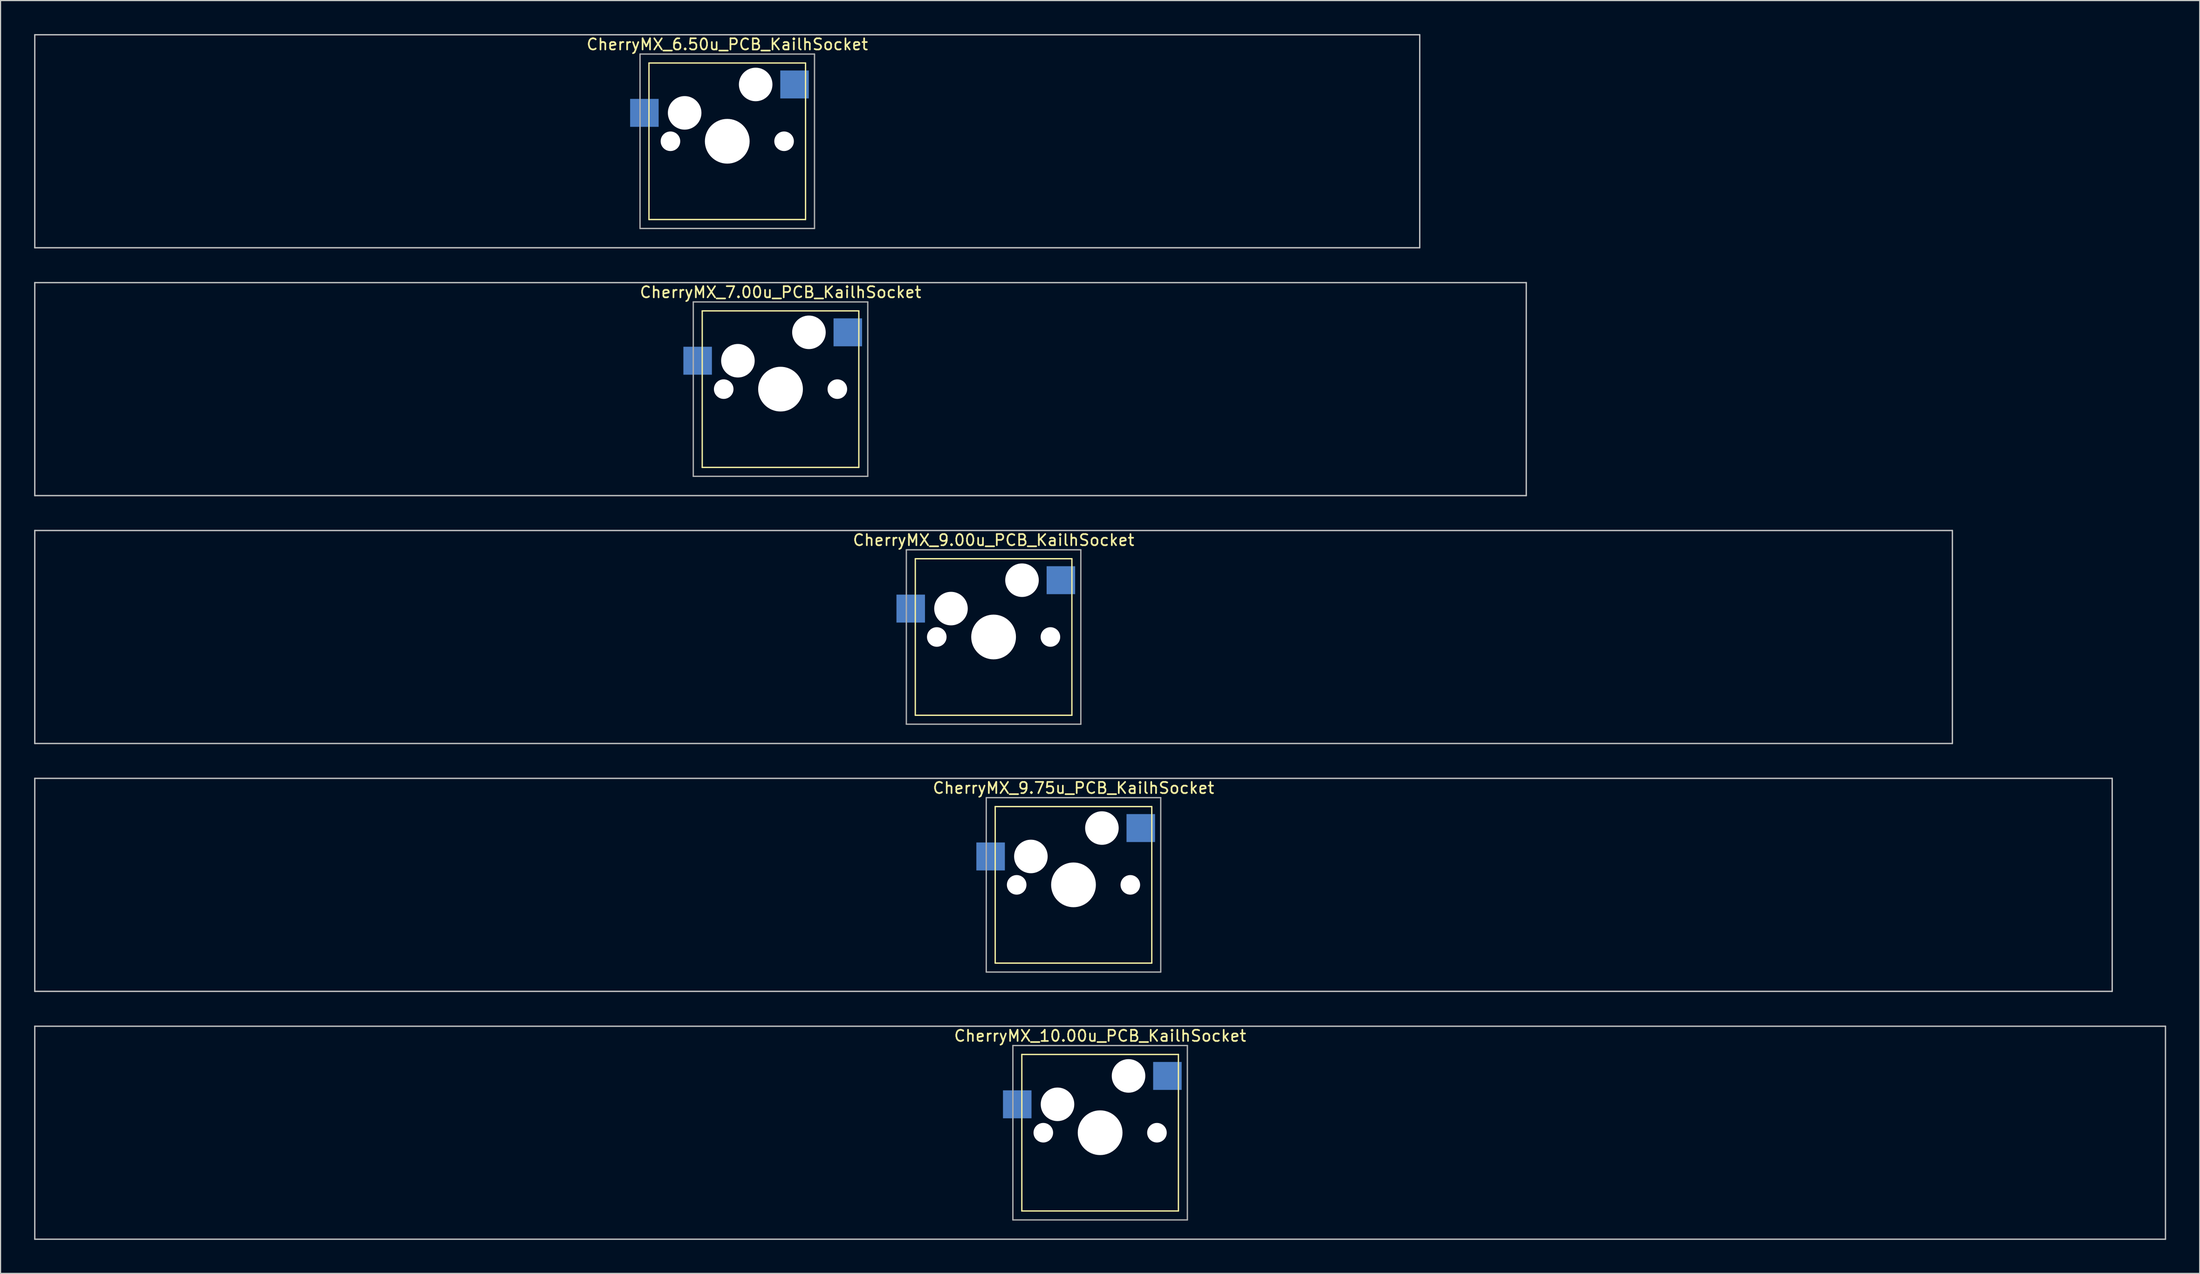
<source format=kicad_pcb>
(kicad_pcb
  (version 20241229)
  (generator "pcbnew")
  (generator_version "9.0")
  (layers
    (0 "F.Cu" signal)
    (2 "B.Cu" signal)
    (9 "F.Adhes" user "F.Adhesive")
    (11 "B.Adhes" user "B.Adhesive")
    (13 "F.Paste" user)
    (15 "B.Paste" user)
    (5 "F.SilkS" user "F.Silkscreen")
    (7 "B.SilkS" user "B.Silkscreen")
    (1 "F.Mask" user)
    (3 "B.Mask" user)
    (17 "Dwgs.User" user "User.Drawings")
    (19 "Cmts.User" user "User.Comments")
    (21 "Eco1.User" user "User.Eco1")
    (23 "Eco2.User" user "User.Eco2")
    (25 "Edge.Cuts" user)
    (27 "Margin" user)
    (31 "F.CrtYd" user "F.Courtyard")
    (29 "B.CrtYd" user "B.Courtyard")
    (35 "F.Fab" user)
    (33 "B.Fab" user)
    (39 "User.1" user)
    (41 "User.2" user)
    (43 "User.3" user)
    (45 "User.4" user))
  (footprint "CherryMX_7.00u_PCB_KailhSocket"
    (layer "F.Cu")
    (at 69.275 26.675)
    (property "Reference" "CherryMX_7.00u_PCB_KailhSocket" (at -2.54 -3.583 0) (layer "F.SilkS") (effects (font (size 1 1) (thickness 0.15))))
    (attr through_hole)
    (fp_line (start -9.54 -1.92) (end -9.54 12.08) (stroke (width 0.12) (type solid)) (layer "F.SilkS"))
    (fp_line (start -9.54 -1.92) (end 4.46 -1.92) (stroke (width 0.12) (type solid)) (layer "F.SilkS"))
    (fp_line (start 4.46 -1.92) (end 4.46 12.08) (stroke (width 0.12) (type solid)) (layer "F.SilkS"))
    (fp_line (start 4.46 12.08) (end -9.54 12.08) (stroke (width 0.12) (type solid)) (layer "F.SilkS"))
    (fp_line (start -69.215 -4.445) (end 64.135 -4.445) (stroke (width 0.12) (type solid)) (layer "Dwgs.User"))
    (fp_line (start -69.215 14.605) (end -69.215 -4.445) (stroke (width 0.12) (type solid)) (layer "Dwgs.User"))
    (fp_line (start 64.135 -4.445) (end 64.135 14.605) (stroke (width 0.12) (type solid)) (layer "Dwgs.User"))
    (fp_line (start 64.135 14.605) (end -69.215 14.605) (stroke (width 0.12) (type solid)) (layer "Dwgs.User"))
    (fp_line (start -10.34 -2.72) (end -10.34 12.88) (stroke (width 0.12) (type solid)) (layer "F.Fab"))
    (fp_line (start -10.34 -2.72) (end 5.26 -2.72) (stroke (width 0.12) (type solid)) (layer "F.Fab"))
    (fp_line (start -10.34 12.88) (end 5.26 12.88) (stroke (width 0.12) (type solid)) (layer "F.Fab"))
    (fp_line (start 5.26 -2.72) (end 5.26 12.88) (stroke (width 0.12) (type solid)) (layer "F.Fab"))
    (pad "" np_thru_hole circle (at -7.62 5.08) (size 1.75 1.75) (drill 1.75) (layers "*.Cu" "*.Mask"))
    (pad "" np_thru_hole circle (at -6.35 2.54) (size 3 3) (drill 3) (layers "*.Cu" "*.Mask"))
    (pad "" np_thru_hole circle (at -2.54 5.08) (size 4 4) (drill 4) (layers "*.Cu" "*.Mask"))
    (pad "" np_thru_hole circle (at 0 0) (size 3 3) (drill 3) (layers "*.Cu" "*.Mask"))
    (pad "" np_thru_hole circle (at 2.54 5.08) (size 1.75 1.75) (drill 1.75) (layers "*.Cu" "*.Mask"))
    (pad "1" smd rect (at -9.95 2.54) (size 2.55 2.5) (layers "B.Cu" "B.Mask" "B.Paste"))
    (pad "2" smd rect (at 3.475 0) (size 2.55 2.5) (layers "B.Cu" "B.Mask" "B.Paste")))
  (footprint "CherryMX_6.50u_PCB_KailhSocket"
    (layer "F.Cu")
    (at 64.513 4.505)
    (property "Reference" "CherryMX_6.50u_PCB_KailhSocket" (at -2.54 -3.583 0) (layer "F.SilkS") (effects (font (size 1 1) (thickness 0.15))))
    (attr through_hole)
    (fp_line (start -9.54 -1.92) (end -9.54 12.08) (stroke (width 0.12) (type solid)) (layer "F.SilkS"))
    (fp_line (start -9.54 -1.92) (end 4.46 -1.92) (stroke (width 0.12) (type solid)) (layer "F.SilkS"))
    (fp_line (start 4.46 -1.92) (end 4.46 12.08) (stroke (width 0.12) (type solid)) (layer "F.SilkS"))
    (fp_line (start 4.46 12.08) (end -9.54 12.08) (stroke (width 0.12) (type solid)) (layer "F.SilkS"))
    (fp_line (start -64.453 -4.445) (end 59.373 -4.445) (stroke (width 0.12) (type solid)) (layer "Dwgs.User"))
    (fp_line (start -64.453 14.605) (end -64.453 -4.445) (stroke (width 0.12) (type solid)) (layer "Dwgs.User"))
    (fp_line (start 59.373 -4.445) (end 59.373 14.605) (stroke (width 0.12) (type solid)) (layer "Dwgs.User"))
    (fp_line (start 59.373 14.605) (end -64.453 14.605) (stroke (width 0.12) (type solid)) (layer "Dwgs.User"))
    (fp_line (start -10.34 -2.72) (end -10.34 12.88) (stroke (width 0.12) (type solid)) (layer "F.Fab"))
    (fp_line (start -10.34 -2.72) (end 5.26 -2.72) (stroke (width 0.12) (type solid)) (layer "F.Fab"))
    (fp_line (start -10.34 12.88) (end 5.26 12.88) (stroke (width 0.12) (type solid)) (layer "F.Fab"))
    (fp_line (start 5.26 -2.72) (end 5.26 12.88) (stroke (width 0.12) (type solid)) (layer "F.Fab"))
    (pad "" np_thru_hole circle (at -7.62 5.08) (size 1.75 1.75) (drill 1.75) (layers "*.Cu" "*.Mask"))
    (pad "" np_thru_hole circle (at -6.35 2.54) (size 3 3) (drill 3) (layers "*.Cu" "*.Mask"))
    (pad "" np_thru_hole circle (at -2.54 5.08) (size 4 4) (drill 4) (layers "*.Cu" "*.Mask"))
    (pad "" np_thru_hole circle (at 0 0) (size 3 3) (drill 3) (layers "*.Cu" "*.Mask"))
    (pad "" np_thru_hole circle (at 2.54 5.08) (size 1.75 1.75) (drill 1.75) (layers "*.Cu" "*.Mask"))
    (pad "1" smd rect (at -9.95 2.54) (size 2.55 2.5) (layers "B.Cu" "B.Mask" "B.Paste"))
    (pad "2" smd rect (at 3.475 0) (size 2.55 2.5) (layers "B.Cu" "B.Mask" "B.Paste")))
  (footprint "CherryMX_9.00u_PCB_KailhSocket"
    (layer "F.Cu")
    (at 88.325 48.845)
    (property "Reference" "CherryMX_9.00u_PCB_KailhSocket" (at -2.54 -3.583 0) (layer "F.SilkS") (effects (font (size 1 1) (thickness 0.15))))
    (attr through_hole)
    (fp_line (start -9.54 -1.92) (end -9.54 12.08) (stroke (width 0.12) (type solid)) (layer "F.SilkS"))
    (fp_line (start -9.54 -1.92) (end 4.46 -1.92) (stroke (width 0.12) (type solid)) (layer "F.SilkS"))
    (fp_line (start 4.46 -1.92) (end 4.46 12.08) (stroke (width 0.12) (type solid)) (layer "F.SilkS"))
    (fp_line (start 4.46 12.08) (end -9.54 12.08) (stroke (width 0.12) (type solid)) (layer "F.SilkS"))
    (fp_line (start -88.265 -4.445) (end 83.185 -4.445) (stroke (width 0.12) (type solid)) (layer "Dwgs.User"))
    (fp_line (start -88.265 14.605) (end -88.265 -4.445) (stroke (width 0.12) (type solid)) (layer "Dwgs.User"))
    (fp_line (start 83.185 -4.445) (end 83.185 14.605) (stroke (width 0.12) (type solid)) (layer "Dwgs.User"))
    (fp_line (start 83.185 14.605) (end -88.265 14.605) (stroke (width 0.12) (type solid)) (layer "Dwgs.User"))
    (fp_line (start -10.34 -2.72) (end -10.34 12.88) (stroke (width 0.12) (type solid)) (layer "F.Fab"))
    (fp_line (start -10.34 -2.72) (end 5.26 -2.72) (stroke (width 0.12) (type solid)) (layer "F.Fab"))
    (fp_line (start -10.34 12.88) (end 5.26 12.88) (stroke (width 0.12) (type solid)) (layer "F.Fab"))
    (fp_line (start 5.26 -2.72) (end 5.26 12.88) (stroke (width 0.12) (type solid)) (layer "F.Fab"))
    (pad "" np_thru_hole circle (at -7.62 5.08) (size 1.75 1.75) (drill 1.75) (layers "*.Cu" "*.Mask"))
    (pad "" np_thru_hole circle (at -6.35 2.54) (size 3 3) (drill 3) (layers "*.Cu" "*.Mask"))
    (pad "" np_thru_hole circle (at -2.54 5.08) (size 4 4) (drill 4) (layers "*.Cu" "*.Mask"))
    (pad "" np_thru_hole circle (at 0 0) (size 3 3) (drill 3) (layers "*.Cu" "*.Mask"))
    (pad "" np_thru_hole circle (at 2.54 5.08) (size 1.75 1.75) (drill 1.75) (layers "*.Cu" "*.Mask"))
    (pad "1" smd rect (at -9.95 2.54) (size 2.55 2.5) (layers "B.Cu" "B.Mask" "B.Paste"))
    (pad "2" smd rect (at 3.475 0) (size 2.55 2.5) (layers "B.Cu" "B.Mask" "B.Paste")))
  (footprint "CherryMX_9.75u_PCB_KailhSocket"
    (layer "F.Cu")
    (at 95.469 71.015)
    (property "Reference" "CherryMX_9.75u_PCB_KailhSocket" (at -2.54 -3.583 0) (layer "F.SilkS") (effects (font (size 1 1) (thickness 0.15))))
    (attr through_hole)
    (fp_line (start -9.54 -1.92) (end -9.54 12.08) (stroke (width 0.12) (type solid)) (layer "F.SilkS"))
    (fp_line (start -9.54 -1.92) (end 4.46 -1.92) (stroke (width 0.12) (type solid)) (layer "F.SilkS"))
    (fp_line (start 4.46 -1.92) (end 4.46 12.08) (stroke (width 0.12) (type solid)) (layer "F.SilkS"))
    (fp_line (start 4.46 12.08) (end -9.54 12.08) (stroke (width 0.12) (type solid)) (layer "F.SilkS"))
    (fp_line (start -95.409 -4.445) (end 90.329 -4.445) (stroke (width 0.12) (type solid)) (layer "Dwgs.User"))
    (fp_line (start -95.409 14.605) (end -95.409 -4.445) (stroke (width 0.12) (type solid)) (layer "Dwgs.User"))
    (fp_line (start 90.329 -4.445) (end 90.329 14.605) (stroke (width 0.12) (type solid)) (layer "Dwgs.User"))
    (fp_line (start 90.329 14.605) (end -95.409 14.605) (stroke (width 0.12) (type solid)) (layer "Dwgs.User"))
    (fp_line (start -10.34 -2.72) (end -10.34 12.88) (stroke (width 0.12) (type solid)) (layer "F.Fab"))
    (fp_line (start -10.34 -2.72) (end 5.26 -2.72) (stroke (width 0.12) (type solid)) (layer "F.Fab"))
    (fp_line (start -10.34 12.88) (end 5.26 12.88) (stroke (width 0.12) (type solid)) (layer "F.Fab"))
    (fp_line (start 5.26 -2.72) (end 5.26 12.88) (stroke (width 0.12) (type solid)) (layer "F.Fab"))
    (pad "" np_thru_hole circle (at -7.62 5.08) (size 1.75 1.75) (drill 1.75) (layers "*.Cu" "*.Mask"))
    (pad "" np_thru_hole circle (at -6.35 2.54) (size 3 3) (drill 3) (layers "*.Cu" "*.Mask"))
    (pad "" np_thru_hole circle (at -2.54 5.08) (size 4 4) (drill 4) (layers "*.Cu" "*.Mask"))
    (pad "" np_thru_hole circle (at 0 0) (size 3 3) (drill 3) (layers "*.Cu" "*.Mask"))
    (pad "" np_thru_hole circle (at 2.54 5.08) (size 1.75 1.75) (drill 1.75) (layers "*.Cu" "*.Mask"))
    (pad "1" smd rect (at -9.95 2.54) (size 2.55 2.5) (layers "B.Cu" "B.Mask" "B.Paste"))
    (pad "2" smd rect (at 3.475 0) (size 2.55 2.5) (layers "B.Cu" "B.Mask" "B.Paste")))
  (footprint "CherryMX_10.00u_PCB_KailhSocket"
    (layer "F.Cu")
    (at 97.85 93.185)
    (property "Reference" "CherryMX_10.00u_PCB_KailhSocket" (at -2.54 -3.583 0) (layer "F.SilkS") (effects (font (size 1 1) (thickness 0.15))))
    (attr through_hole)
    (fp_line (start -9.54 -1.92) (end -9.54 12.08) (stroke (width 0.12) (type solid)) (layer "F.SilkS"))
    (fp_line (start -9.54 -1.92) (end 4.46 -1.92) (stroke (width 0.12) (type solid)) (layer "F.SilkS"))
    (fp_line (start 4.46 -1.92) (end 4.46 12.08) (stroke (width 0.12) (type solid)) (layer "F.SilkS"))
    (fp_line (start 4.46 12.08) (end -9.54 12.08) (stroke (width 0.12) (type solid)) (layer "F.SilkS"))
    (fp_line (start -97.79 -4.445) (end 92.71 -4.445) (stroke (width 0.12) (type solid)) (layer "Dwgs.User"))
    (fp_line (start -97.79 14.605) (end -97.79 -4.445) (stroke (width 0.12) (type solid)) (layer "Dwgs.User"))
    (fp_line (start 92.71 -4.445) (end 92.71 14.605) (stroke (width 0.12) (type solid)) (layer "Dwgs.User"))
    (fp_line (start 92.71 14.605) (end -97.79 14.605) (stroke (width 0.12) (type solid)) (layer "Dwgs.User"))
    (fp_line (start -10.34 -2.72) (end -10.34 12.88) (stroke (width 0.12) (type solid)) (layer "F.Fab"))
    (fp_line (start -10.34 -2.72) (end 5.26 -2.72) (stroke (width 0.12) (type solid)) (layer "F.Fab"))
    (fp_line (start -10.34 12.88) (end 5.26 12.88) (stroke (width 0.12) (type solid)) (layer "F.Fab"))
    (fp_line (start 5.26 -2.72) (end 5.26 12.88) (stroke (width 0.12) (type solid)) (layer "F.Fab"))
    (pad "" np_thru_hole circle (at -7.62 5.08) (size 1.75 1.75) (drill 1.75) (layers "*.Cu" "*.Mask"))
    (pad "" np_thru_hole circle (at -6.35 2.54) (size 3 3) (drill 3) (layers "*.Cu" "*.Mask"))
    (pad "" np_thru_hole circle (at -2.54 5.08) (size 4 4) (drill 4) (layers "*.Cu" "*.Mask"))
    (pad "" np_thru_hole circle (at 0 0) (size 3 3) (drill 3) (layers "*.Cu" "*.Mask"))
    (pad "" np_thru_hole circle (at 2.54 5.08) (size 1.75 1.75) (drill 1.75) (layers "*.Cu" "*.Mask"))
    (pad "1" smd rect (at -9.95 2.54) (size 2.55 2.5) (layers "B.Cu" "B.Mask" "B.Paste"))
    (pad "2" smd rect (at 3.475 0) (size 2.55 2.5) (layers "B.Cu" "B.Mask" "B.Paste")))
  (gr_rect
    (start -3 -3)
    (end 193.62 110.85)
    (stroke (width 0.1) (type default))
    (fill no)
    (layer "Edge.Cuts")))
</source>
